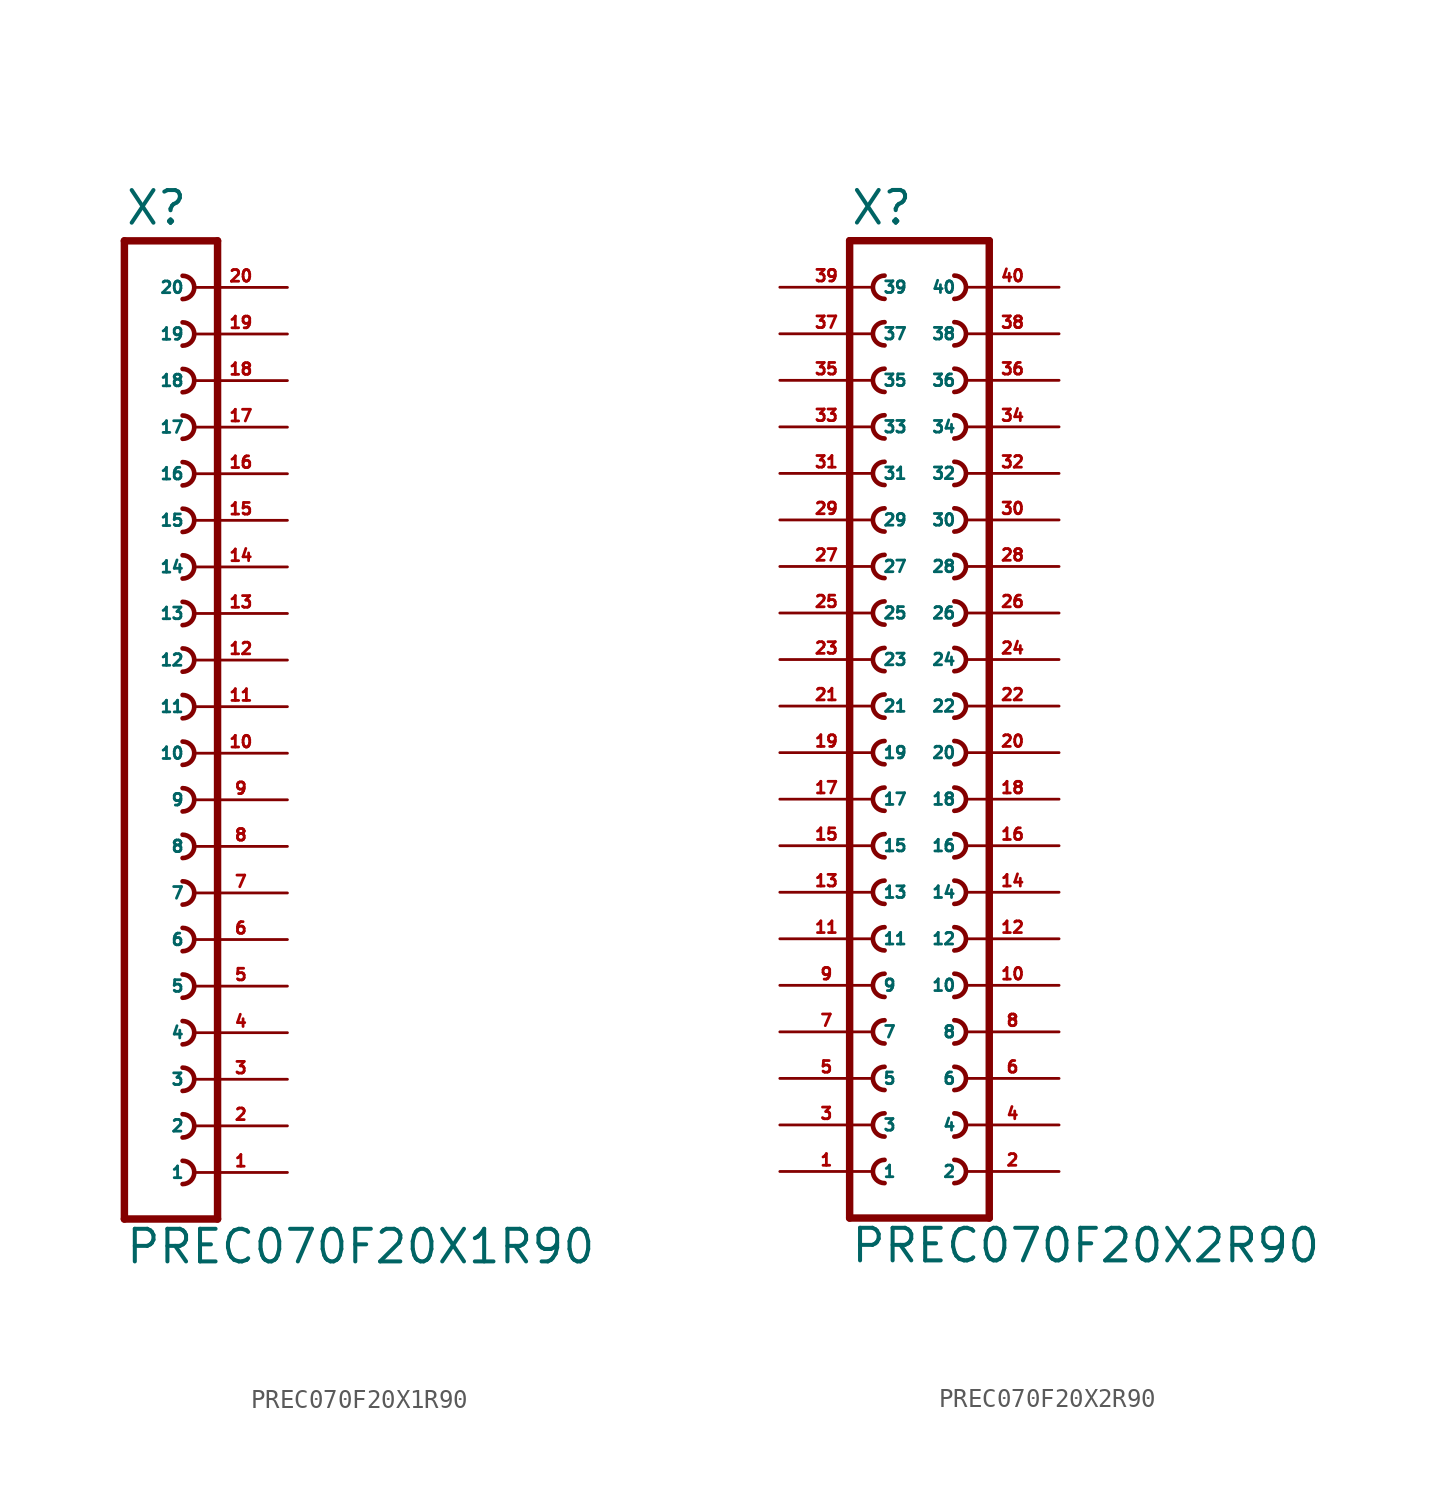
<source format=kicad_sym>
(kicad_symbol_lib
  (version 20220914)
  (generator Eagle2Kicad)
  (symbol "PREC070F20X1R90"
    (property "Reference" "X"
      (at -1.27 26.162 0)
      (effects (font (size 1.778 1.778) (thickness 0.22)) (justify left bottom)))
    (property "Value" "PREC070F20X1R90"
      (at -1.27 -30.48 0)
      (effects (font (size 1.778 1.778) (thickness 0.22)) (justify left bottom)))
    (polyline
      (pts (xy 3.81 -27.94) (xy -1.27 -27.94))
      (stroke (width 0.406) (type default))
      (fill (type none)))
    (arc
      (start 1.905 -20.955)
      (mid 2.540 -20.320)
      (end 1.905 -19.685)
      (stroke (width 0.254) (type default))
      (fill (type none)))
    (arc
      (start 1.905 -23.495)
      (mid 2.540 -22.860)
      (end 1.905 -22.225)
      (stroke (width 0.254) (type default))
      (fill (type none)))
    (arc
      (start 1.905 -26.035)
      (mid 2.540 -25.400)
      (end 1.905 -24.765)
      (stroke (width 0.254) (type default))
      (fill (type none)))
    (arc
      (start 1.905 -15.875)
      (mid 2.540 -15.240)
      (end 1.905 -14.605)
      (stroke (width 0.254) (type default))
      (fill (type none)))
    (arc
      (start 1.905 -18.415)
      (mid 2.540 -17.780)
      (end 1.905 -17.145)
      (stroke (width 0.254) (type default))
      (fill (type none)))
    (arc
      (start 1.905 -8.255)
      (mid 2.540 -7.620)
      (end 1.905 -6.985)
      (stroke (width 0.254) (type default))
      (fill (type none)))
    (arc
      (start 1.905 -10.795)
      (mid 2.540 -10.160)
      (end 1.905 -9.525)
      (stroke (width 0.254) (type default))
      (fill (type none)))
    (arc
      (start 1.905 -13.335)
      (mid 2.540 -12.700)
      (end 1.905 -12.065)
      (stroke (width 0.254) (type default))
      (fill (type none)))
    (arc
      (start 1.905 -3.175)
      (mid 2.540 -2.540)
      (end 1.905 -1.905)
      (stroke (width 0.254) (type default))
      (fill (type none)))
    (arc
      (start 1.905 -5.715)
      (mid 2.540 -5.080)
      (end 1.905 -4.445)
      (stroke (width 0.254) (type default))
      (fill (type none)))
    (arc
      (start 1.905 4.445)
      (mid 2.540 5.080)
      (end 1.905 5.715)
      (stroke (width 0.254) (type default))
      (fill (type none)))
    (arc
      (start 1.905 1.905)
      (mid 2.540 2.540)
      (end 1.905 3.175)
      (stroke (width 0.254) (type default))
      (fill (type none)))
    (arc
      (start 1.905 -0.635)
      (mid 2.540 0.000)
      (end 1.905 0.635)
      (stroke (width 0.254) (type default))
      (fill (type none)))
    (arc
      (start 1.905 9.525)
      (mid 2.540 10.160)
      (end 1.905 10.795)
      (stroke (width 0.254) (type default))
      (fill (type none)))
    (arc
      (start 1.905 6.985)
      (mid 2.540 7.620)
      (end 1.905 8.255)
      (stroke (width 0.254) (type default))
      (fill (type none)))
    (arc
      (start 1.905 17.145)
      (mid 2.540 17.780)
      (end 1.905 18.415)
      (stroke (width 0.254) (type default))
      (fill (type none)))
    (arc
      (start 1.905 14.605)
      (mid 2.540 15.240)
      (end 1.905 15.875)
      (stroke (width 0.254) (type default))
      (fill (type none)))
    (arc
      (start 1.905 12.065)
      (mid 2.540 12.700)
      (end 1.905 13.335)
      (stroke (width 0.254) (type default))
      (fill (type none)))
    (polyline
      (pts (xy -1.27 25.4) (xy -1.27 -27.94))
      (stroke (width 0.406) (type default))
      (fill (type none)))
    (polyline
      (pts (xy 3.81 -27.94) (xy 3.81 25.4))
      (stroke (width 0.406) (type default))
      (fill (type none)))
    (polyline
      (pts (xy -1.27 25.4) (xy 3.81 25.4))
      (stroke (width 0.406) (type default))
      (fill (type none)))
    (arc
      (start 1.905 22.225)
      (mid 2.540 22.860)
      (end 1.905 23.495)
      (stroke (width 0.254) (type default))
      (fill (type none)))
    (arc
      (start 1.905 19.685)
      (mid 2.540 20.320)
      (end 1.905 20.955)
      (stroke (width 0.254) (type default))
      (fill (type none)))
    (pin passive line
      (at 7.62 -25.4 180)
      (length 5.08)
      (name "1" (effects (font (size 0.635 0.635) (thickness 0.08)) (justify left bottom)))
      (number "1" (effects (font (size 0.635 0.635) (thickness 0.08)) (justify left bottom))))
    (pin passive line
      (at 7.62 -22.86 180)
      (length 5.08)
      (name "2" (effects (font (size 0.635 0.635) (thickness 0.08)) (justify left bottom)))
      (number "2" (effects (font (size 0.635 0.635) (thickness 0.08)) (justify left bottom))))
    (pin passive line
      (at 7.62 -20.32 180)
      (length 5.08)
      (name "3" (effects (font (size 0.635 0.635) (thickness 0.08)) (justify left bottom)))
      (number "3" (effects (font (size 0.635 0.635) (thickness 0.08)) (justify left bottom))))
    (pin passive line
      (at 7.62 -17.78 180)
      (length 5.08)
      (name "4" (effects (font (size 0.635 0.635) (thickness 0.08)) (justify left bottom)))
      (number "4" (effects (font (size 0.635 0.635) (thickness 0.08)) (justify left bottom))))
    (pin passive line
      (at 7.62 -15.24 180)
      (length 5.08)
      (name "5" (effects (font (size 0.635 0.635) (thickness 0.08)) (justify left bottom)))
      (number "5" (effects (font (size 0.635 0.635) (thickness 0.08)) (justify left bottom))))
    (pin passive line
      (at 7.62 -12.7 180)
      (length 5.08)
      (name "6" (effects (font (size 0.635 0.635) (thickness 0.08)) (justify left bottom)))
      (number "6" (effects (font (size 0.635 0.635) (thickness 0.08)) (justify left bottom))))
    (pin passive line
      (at 7.62 -10.16 180)
      (length 5.08)
      (name "7" (effects (font (size 0.635 0.635) (thickness 0.08)) (justify left bottom)))
      (number "7" (effects (font (size 0.635 0.635) (thickness 0.08)) (justify left bottom))))
    (pin passive line
      (at 7.62 -7.62 180)
      (length 5.08)
      (name "8" (effects (font (size 0.635 0.635) (thickness 0.08)) (justify left bottom)))
      (number "8" (effects (font (size 0.635 0.635) (thickness 0.08)) (justify left bottom))))
    (pin passive line
      (at 7.62 -5.08 180)
      (length 5.08)
      (name "9" (effects (font (size 0.635 0.635) (thickness 0.08)) (justify left bottom)))
      (number "9" (effects (font (size 0.635 0.635) (thickness 0.08)) (justify left bottom))))
    (pin passive line
      (at 7.62 -2.54 180)
      (length 5.08)
      (name "10" (effects (font (size 0.635 0.635) (thickness 0.08)) (justify left bottom)))
      (number "10" (effects (font (size 0.635 0.635) (thickness 0.08)) (justify left bottom))))
    (pin passive line
      (at 7.62 0 180)
      (length 5.08)
      (name "11" (effects (font (size 0.635 0.635) (thickness 0.08)) (justify left bottom)))
      (number "11" (effects (font (size 0.635 0.635) (thickness 0.08)) (justify left bottom))))
    (pin passive line
      (at 7.62 2.54 180)
      (length 5.08)
      (name "12" (effects (font (size 0.635 0.635) (thickness 0.08)) (justify left bottom)))
      (number "12" (effects (font (size 0.635 0.635) (thickness 0.08)) (justify left bottom))))
    (pin passive line
      (at 7.62 5.08 180)
      (length 5.08)
      (name "13" (effects (font (size 0.635 0.635) (thickness 0.08)) (justify left bottom)))
      (number "13" (effects (font (size 0.635 0.635) (thickness 0.08)) (justify left bottom))))
    (pin passive line
      (at 7.62 7.62 180)
      (length 5.08)
      (name "14" (effects (font (size 0.635 0.635) (thickness 0.08)) (justify left bottom)))
      (number "14" (effects (font (size 0.635 0.635) (thickness 0.08)) (justify left bottom))))
    (pin passive line
      (at 7.62 10.16 180)
      (length 5.08)
      (name "15" (effects (font (size 0.635 0.635) (thickness 0.08)) (justify left bottom)))
      (number "15" (effects (font (size 0.635 0.635) (thickness 0.08)) (justify left bottom))))
    (pin passive line
      (at 7.62 12.7 180)
      (length 5.08)
      (name "16" (effects (font (size 0.635 0.635) (thickness 0.08)) (justify left bottom)))
      (number "16" (effects (font (size 0.635 0.635) (thickness 0.08)) (justify left bottom))))
    (pin passive line
      (at 7.62 15.24 180)
      (length 5.08)
      (name "17" (effects (font (size 0.635 0.635) (thickness 0.08)) (justify left bottom)))
      (number "17" (effects (font (size 0.635 0.635) (thickness 0.08)) (justify left bottom))))
    (pin passive line
      (at 7.62 17.78 180)
      (length 5.08)
      (name "18" (effects (font (size 0.635 0.635) (thickness 0.08)) (justify left bottom)))
      (number "18" (effects (font (size 0.635 0.635) (thickness 0.08)) (justify left bottom))))
    (pin passive line
      (at 7.62 20.32 180)
      (length 5.08)
      (name "19" (effects (font (size 0.635 0.635) (thickness 0.08)) (justify left bottom)))
      (number "19" (effects (font (size 0.635 0.635) (thickness 0.08)) (justify left bottom))))
    (pin passive line
      (at 7.62 22.86 180)
      (length 5.08)
      (name "20" (effects (font (size 0.635 0.635) (thickness 0.08)) (justify left bottom)))
      (number "20" (effects (font (size 0.635 0.635) (thickness 0.08)) (justify left bottom)))))
  (symbol "PREC070F20X2R90"
    (property "Reference" "X"
      (at -3.81 26.162 0)
      (effects (font (size 1.778 1.778) (thickness 0.22)) (justify left bottom)))
    (property "Value" "PREC070F20X2R90"
      (at -3.81 -30.48 0)
      (effects (font (size 1.778 1.778) (thickness 0.22)) (justify left bottom)))
    (polyline
      (pts (xy 3.81 -27.94) (xy -3.81 -27.94))
      (stroke (width 0.406) (type default))
      (fill (type none)))
    (arc
      (start -1.905 -19.685)
      (mid -2.540 -20.320)
      (end -1.905 -20.955)
      (stroke (width 0.254) (type default))
      (fill (type none)))
    (arc
      (start -1.905 -22.225)
      (mid -2.540 -22.860)
      (end -1.905 -23.495)
      (stroke (width 0.254) (type default))
      (fill (type none)))
    (arc
      (start -1.905 -24.765)
      (mid -2.540 -25.400)
      (end -1.905 -26.035)
      (stroke (width 0.254) (type default))
      (fill (type none)))
    (arc
      (start 1.905 -20.955)
      (mid 2.540 -20.320)
      (end 1.905 -19.685)
      (stroke (width 0.254) (type default))
      (fill (type none)))
    (arc
      (start 1.905 -23.495)
      (mid 2.540 -22.860)
      (end 1.905 -22.225)
      (stroke (width 0.254) (type default))
      (fill (type none)))
    (arc
      (start 1.905 -26.035)
      (mid 2.540 -25.400)
      (end 1.905 -24.765)
      (stroke (width 0.254) (type default))
      (fill (type none)))
    (arc
      (start -1.905 -14.605)
      (mid -2.540 -15.240)
      (end -1.905 -15.875)
      (stroke (width 0.254) (type default))
      (fill (type none)))
    (arc
      (start -1.905 -17.145)
      (mid -2.540 -17.780)
      (end -1.905 -18.415)
      (stroke (width 0.254) (type default))
      (fill (type none)))
    (arc
      (start 1.905 -15.875)
      (mid 2.540 -15.240)
      (end 1.905 -14.605)
      (stroke (width 0.254) (type default))
      (fill (type none)))
    (arc
      (start 1.905 -18.415)
      (mid 2.540 -17.780)
      (end 1.905 -17.145)
      (stroke (width 0.254) (type default))
      (fill (type none)))
    (arc
      (start -1.905 -6.985)
      (mid -2.540 -7.620)
      (end -1.905 -8.255)
      (stroke (width 0.254) (type default))
      (fill (type none)))
    (arc
      (start -1.905 -9.525)
      (mid -2.540 -10.160)
      (end -1.905 -10.795)
      (stroke (width 0.254) (type default))
      (fill (type none)))
    (arc
      (start -1.905 -12.065)
      (mid -2.540 -12.700)
      (end -1.905 -13.335)
      (stroke (width 0.254) (type default))
      (fill (type none)))
    (arc
      (start 1.905 -8.255)
      (mid 2.540 -7.620)
      (end 1.905 -6.985)
      (stroke (width 0.254) (type default))
      (fill (type none)))
    (arc
      (start 1.905 -10.795)
      (mid 2.540 -10.160)
      (end 1.905 -9.525)
      (stroke (width 0.254) (type default))
      (fill (type none)))
    (arc
      (start 1.905 -13.335)
      (mid 2.540 -12.700)
      (end 1.905 -12.065)
      (stroke (width 0.254) (type default))
      (fill (type none)))
    (arc
      (start -1.905 -1.905)
      (mid -2.540 -2.540)
      (end -1.905 -3.175)
      (stroke (width 0.254) (type default))
      (fill (type none)))
    (arc
      (start -1.905 -4.445)
      (mid -2.540 -5.080)
      (end -1.905 -5.715)
      (stroke (width 0.254) (type default))
      (fill (type none)))
    (arc
      (start 1.905 -3.175)
      (mid 2.540 -2.540)
      (end 1.905 -1.905)
      (stroke (width 0.254) (type default))
      (fill (type none)))
    (arc
      (start 1.905 -5.715)
      (mid 2.540 -5.080)
      (end 1.905 -4.445)
      (stroke (width 0.254) (type default))
      (fill (type none)))
    (arc
      (start -1.905 5.715)
      (mid -2.540 5.080)
      (end -1.905 4.445)
      (stroke (width 0.254) (type default))
      (fill (type none)))
    (arc
      (start -1.905 3.175)
      (mid -2.540 2.540)
      (end -1.905 1.905)
      (stroke (width 0.254) (type default))
      (fill (type none)))
    (arc
      (start -1.905 0.635)
      (mid -2.540 0.000)
      (end -1.905 -0.635)
      (stroke (width 0.254) (type default))
      (fill (type none)))
    (arc
      (start 1.905 4.445)
      (mid 2.540 5.080)
      (end 1.905 5.715)
      (stroke (width 0.254) (type default))
      (fill (type none)))
    (arc
      (start 1.905 1.905)
      (mid 2.540 2.540)
      (end 1.905 3.175)
      (stroke (width 0.254) (type default))
      (fill (type none)))
    (arc
      (start 1.905 -0.635)
      (mid 2.540 0.000)
      (end 1.905 0.635)
      (stroke (width 0.254) (type default))
      (fill (type none)))
    (arc
      (start -1.905 10.795)
      (mid -2.540 10.160)
      (end -1.905 9.525)
      (stroke (width 0.254) (type default))
      (fill (type none)))
    (arc
      (start -1.905 8.255)
      (mid -2.540 7.620)
      (end -1.905 6.985)
      (stroke (width 0.254) (type default))
      (fill (type none)))
    (arc
      (start 1.905 9.525)
      (mid 2.540 10.160)
      (end 1.905 10.795)
      (stroke (width 0.254) (type default))
      (fill (type none)))
    (arc
      (start 1.905 6.985)
      (mid 2.540 7.620)
      (end 1.905 8.255)
      (stroke (width 0.254) (type default))
      (fill (type none)))
    (arc
      (start -1.905 15.875)
      (mid -2.540 15.240)
      (end -1.905 14.605)
      (stroke (width 0.254) (type default))
      (fill (type none)))
    (arc
      (start -1.905 13.335)
      (mid -2.540 12.700)
      (end -1.905 12.065)
      (stroke (width 0.254) (type default))
      (fill (type none)))
    (arc
      (start 1.905 14.605)
      (mid 2.540 15.240)
      (end 1.905 15.875)
      (stroke (width 0.254) (type default))
      (fill (type none)))
    (arc
      (start 1.905 12.065)
      (mid 2.540 12.700)
      (end 1.905 13.335)
      (stroke (width 0.254) (type default))
      (fill (type none)))
    (arc
      (start -1.905 23.495)
      (mid -2.540 22.860)
      (end -1.905 22.225)
      (stroke (width 0.254) (type default))
      (fill (type none)))
    (arc
      (start -1.905 20.955)
      (mid -2.540 20.320)
      (end -1.905 19.685)
      (stroke (width 0.254) (type default))
      (fill (type none)))
    (arc
      (start -1.905 18.415)
      (mid -2.540 17.780)
      (end -1.905 17.145)
      (stroke (width 0.254) (type default))
      (fill (type none)))
    (arc
      (start 1.905 22.225)
      (mid 2.540 22.860)
      (end 1.905 23.495)
      (stroke (width 0.254) (type default))
      (fill (type none)))
    (arc
      (start 1.905 19.685)
      (mid 2.540 20.320)
      (end 1.905 20.955)
      (stroke (width 0.254) (type default))
      (fill (type none)))
    (arc
      (start 1.905 17.145)
      (mid 2.540 17.780)
      (end 1.905 18.415)
      (stroke (width 0.254) (type default))
      (fill (type none)))
    (polyline
      (pts (xy -3.81 25.4) (xy -3.81 -27.94))
      (stroke (width 0.406) (type default))
      (fill (type none)))
    (polyline
      (pts (xy 3.81 -27.94) (xy 3.81 25.4))
      (stroke (width 0.406) (type default))
      (fill (type none)))
    (polyline
      (pts (xy -3.81 25.4) (xy 3.81 25.4))
      (stroke (width 0.406) (type default))
      (fill (type none)))
    (pin passive line
      (at -7.62 -25.4 0)
      (length 5.08)
      (name "1" (effects (font (size 0.635 0.635) (thickness 0.08)) (justify left bottom)))
      (number "1" (effects (font (size 0.635 0.635) (thickness 0.08)) (justify left bottom))))
    (pin passive line
      (at -7.62 -22.86 0)
      (length 5.08)
      (name "3" (effects (font (size 0.635 0.635) (thickness 0.08)) (justify left bottom)))
      (number "3" (effects (font (size 0.635 0.635) (thickness 0.08)) (justify left bottom))))
    (pin passive line
      (at -7.62 -20.32 0)
      (length 5.08)
      (name "5" (effects (font (size 0.635 0.635) (thickness 0.08)) (justify left bottom)))
      (number "5" (effects (font (size 0.635 0.635) (thickness 0.08)) (justify left bottom))))
    (pin passive line
      (at 7.62 -25.4 180)
      (length 5.08)
      (name "2" (effects (font (size 0.635 0.635) (thickness 0.08)) (justify left bottom)))
      (number "2" (effects (font (size 0.635 0.635) (thickness 0.08)) (justify left bottom))))
    (pin passive line
      (at 7.62 -22.86 180)
      (length 5.08)
      (name "4" (effects (font (size 0.635 0.635) (thickness 0.08)) (justify left bottom)))
      (number "4" (effects (font (size 0.635 0.635) (thickness 0.08)) (justify left bottom))))
    (pin passive line
      (at 7.62 -20.32 180)
      (length 5.08)
      (name "6" (effects (font (size 0.635 0.635) (thickness 0.08)) (justify left bottom)))
      (number "6" (effects (font (size 0.635 0.635) (thickness 0.08)) (justify left bottom))))
    (pin passive line
      (at -7.62 -17.78 0)
      (length 5.08)
      (name "7" (effects (font (size 0.635 0.635) (thickness 0.08)) (justify left bottom)))
      (number "7" (effects (font (size 0.635 0.635) (thickness 0.08)) (justify left bottom))))
    (pin passive line
      (at -7.62 -15.24 0)
      (length 5.08)
      (name "9" (effects (font (size 0.635 0.635) (thickness 0.08)) (justify left bottom)))
      (number "9" (effects (font (size 0.635 0.635) (thickness 0.08)) (justify left bottom))))
    (pin passive line
      (at 7.62 -17.78 180)
      (length 5.08)
      (name "8" (effects (font (size 0.635 0.635) (thickness 0.08)) (justify left bottom)))
      (number "8" (effects (font (size 0.635 0.635) (thickness 0.08)) (justify left bottom))))
    (pin passive line
      (at 7.62 -15.24 180)
      (length 5.08)
      (name "10" (effects (font (size 0.635 0.635) (thickness 0.08)) (justify left bottom)))
      (number "10" (effects (font (size 0.635 0.635) (thickness 0.08)) (justify left bottom))))
    (pin passive line
      (at -7.62 -12.7 0)
      (length 5.08)
      (name "11" (effects (font (size 0.635 0.635) (thickness 0.08)) (justify left bottom)))
      (number "11" (effects (font (size 0.635 0.635) (thickness 0.08)) (justify left bottom))))
    (pin passive line
      (at -7.62 -10.16 0)
      (length 5.08)
      (name "13" (effects (font (size 0.635 0.635) (thickness 0.08)) (justify left bottom)))
      (number "13" (effects (font (size 0.635 0.635) (thickness 0.08)) (justify left bottom))))
    (pin passive line
      (at -7.62 -7.62 0)
      (length 5.08)
      (name "15" (effects (font (size 0.635 0.635) (thickness 0.08)) (justify left bottom)))
      (number "15" (effects (font (size 0.635 0.635) (thickness 0.08)) (justify left bottom))))
    (pin passive line
      (at 7.62 -12.7 180)
      (length 5.08)
      (name "12" (effects (font (size 0.635 0.635) (thickness 0.08)) (justify left bottom)))
      (number "12" (effects (font (size 0.635 0.635) (thickness 0.08)) (justify left bottom))))
    (pin passive line
      (at 7.62 -10.16 180)
      (length 5.08)
      (name "14" (effects (font (size 0.635 0.635) (thickness 0.08)) (justify left bottom)))
      (number "14" (effects (font (size 0.635 0.635) (thickness 0.08)) (justify left bottom))))
    (pin passive line
      (at 7.62 -7.62 180)
      (length 5.08)
      (name "16" (effects (font (size 0.635 0.635) (thickness 0.08)) (justify left bottom)))
      (number "16" (effects (font (size 0.635 0.635) (thickness 0.08)) (justify left bottom))))
    (pin passive line
      (at -7.62 -5.08 0)
      (length 5.08)
      (name "17" (effects (font (size 0.635 0.635) (thickness 0.08)) (justify left bottom)))
      (number "17" (effects (font (size 0.635 0.635) (thickness 0.08)) (justify left bottom))))
    (pin passive line
      (at -7.62 -2.54 0)
      (length 5.08)
      (name "19" (effects (font (size 0.635 0.635) (thickness 0.08)) (justify left bottom)))
      (number "19" (effects (font (size 0.635 0.635) (thickness 0.08)) (justify left bottom))))
    (pin passive line
      (at 7.62 -5.08 180)
      (length 5.08)
      (name "18" (effects (font (size 0.635 0.635) (thickness 0.08)) (justify left bottom)))
      (number "18" (effects (font (size 0.635 0.635) (thickness 0.08)) (justify left bottom))))
    (pin passive line
      (at 7.62 -2.54 180)
      (length 5.08)
      (name "20" (effects (font (size 0.635 0.635) (thickness 0.08)) (justify left bottom)))
      (number "20" (effects (font (size 0.635 0.635) (thickness 0.08)) (justify left bottom))))
    (pin passive line
      (at -7.62 0 0)
      (length 5.08)
      (name "21" (effects (font (size 0.635 0.635) (thickness 0.08)) (justify left bottom)))
      (number "21" (effects (font (size 0.635 0.635) (thickness 0.08)) (justify left bottom))))
    (pin passive line
      (at -7.62 2.54 0)
      (length 5.08)
      (name "23" (effects (font (size 0.635 0.635) (thickness 0.08)) (justify left bottom)))
      (number "23" (effects (font (size 0.635 0.635) (thickness 0.08)) (justify left bottom))))
    (pin passive line
      (at -7.62 5.08 0)
      (length 5.08)
      (name "25" (effects (font (size 0.635 0.635) (thickness 0.08)) (justify left bottom)))
      (number "25" (effects (font (size 0.635 0.635) (thickness 0.08)) (justify left bottom))))
    (pin passive line
      (at 7.62 0 180)
      (length 5.08)
      (name "22" (effects (font (size 0.635 0.635) (thickness 0.08)) (justify left bottom)))
      (number "22" (effects (font (size 0.635 0.635) (thickness 0.08)) (justify left bottom))))
    (pin passive line
      (at 7.62 2.54 180)
      (length 5.08)
      (name "24" (effects (font (size 0.635 0.635) (thickness 0.08)) (justify left bottom)))
      (number "24" (effects (font (size 0.635 0.635) (thickness 0.08)) (justify left bottom))))
    (pin passive line
      (at 7.62 5.08 180)
      (length 5.08)
      (name "26" (effects (font (size 0.635 0.635) (thickness 0.08)) (justify left bottom)))
      (number "26" (effects (font (size 0.635 0.635) (thickness 0.08)) (justify left bottom))))
    (pin passive line
      (at -7.62 7.62 0)
      (length 5.08)
      (name "27" (effects (font (size 0.635 0.635) (thickness 0.08)) (justify left bottom)))
      (number "27" (effects (font (size 0.635 0.635) (thickness 0.08)) (justify left bottom))))
    (pin passive line
      (at -7.62 10.16 0)
      (length 5.08)
      (name "29" (effects (font (size 0.635 0.635) (thickness 0.08)) (justify left bottom)))
      (number "29" (effects (font (size 0.635 0.635) (thickness 0.08)) (justify left bottom))))
    (pin passive line
      (at 7.62 7.62 180)
      (length 5.08)
      (name "28" (effects (font (size 0.635 0.635) (thickness 0.08)) (justify left bottom)))
      (number "28" (effects (font (size 0.635 0.635) (thickness 0.08)) (justify left bottom))))
    (pin passive line
      (at 7.62 10.16 180)
      (length 5.08)
      (name "30" (effects (font (size 0.635 0.635) (thickness 0.08)) (justify left bottom)))
      (number "30" (effects (font (size 0.635 0.635) (thickness 0.08)) (justify left bottom))))
    (pin passive line
      (at -7.62 12.7 0)
      (length 5.08)
      (name "31" (effects (font (size 0.635 0.635) (thickness 0.08)) (justify left bottom)))
      (number "31" (effects (font (size 0.635 0.635) (thickness 0.08)) (justify left bottom))))
    (pin passive line
      (at -7.62 15.24 0)
      (length 5.08)
      (name "33" (effects (font (size 0.635 0.635) (thickness 0.08)) (justify left bottom)))
      (number "33" (effects (font (size 0.635 0.635) (thickness 0.08)) (justify left bottom))))
    (pin passive line
      (at 7.62 12.7 180)
      (length 5.08)
      (name "32" (effects (font (size 0.635 0.635) (thickness 0.08)) (justify left bottom)))
      (number "32" (effects (font (size 0.635 0.635) (thickness 0.08)) (justify left bottom))))
    (pin passive line
      (at 7.62 15.24 180)
      (length 5.08)
      (name "34" (effects (font (size 0.635 0.635) (thickness 0.08)) (justify left bottom)))
      (number "34" (effects (font (size 0.635 0.635) (thickness 0.08)) (justify left bottom))))
    (pin passive line
      (at -7.62 17.78 0)
      (length 5.08)
      (name "35" (effects (font (size 0.635 0.635) (thickness 0.08)) (justify left bottom)))
      (number "35" (effects (font (size 0.635 0.635) (thickness 0.08)) (justify left bottom))))
    (pin passive line
      (at -7.62 20.32 0)
      (length 5.08)
      (name "37" (effects (font (size 0.635 0.635) (thickness 0.08)) (justify left bottom)))
      (number "37" (effects (font (size 0.635 0.635) (thickness 0.08)) (justify left bottom))))
    (pin passive line
      (at -7.62 22.86 0)
      (length 5.08)
      (name "39" (effects (font (size 0.635 0.635) (thickness 0.08)) (justify left bottom)))
      (number "39" (effects (font (size 0.635 0.635) (thickness 0.08)) (justify left bottom))))
    (pin passive line
      (at 7.62 17.78 180)
      (length 5.08)
      (name "36" (effects (font (size 0.635 0.635) (thickness 0.08)) (justify left bottom)))
      (number "36" (effects (font (size 0.635 0.635) (thickness 0.08)) (justify left bottom))))
    (pin passive line
      (at 7.62 20.32 180)
      (length 5.08)
      (name "38" (effects (font (size 0.635 0.635) (thickness 0.08)) (justify left bottom)))
      (number "38" (effects (font (size 0.635 0.635) (thickness 0.08)) (justify left bottom))))
    (pin passive line
      (at 7.62 22.86 180)
      (length 5.08)
      (name "40" (effects (font (size 0.635 0.635) (thickness 0.08)) (justify left bottom)))
      (number "40" (effects (font (size 0.635 0.635) (thickness 0.08)) (justify left bottom))))))
</source>
